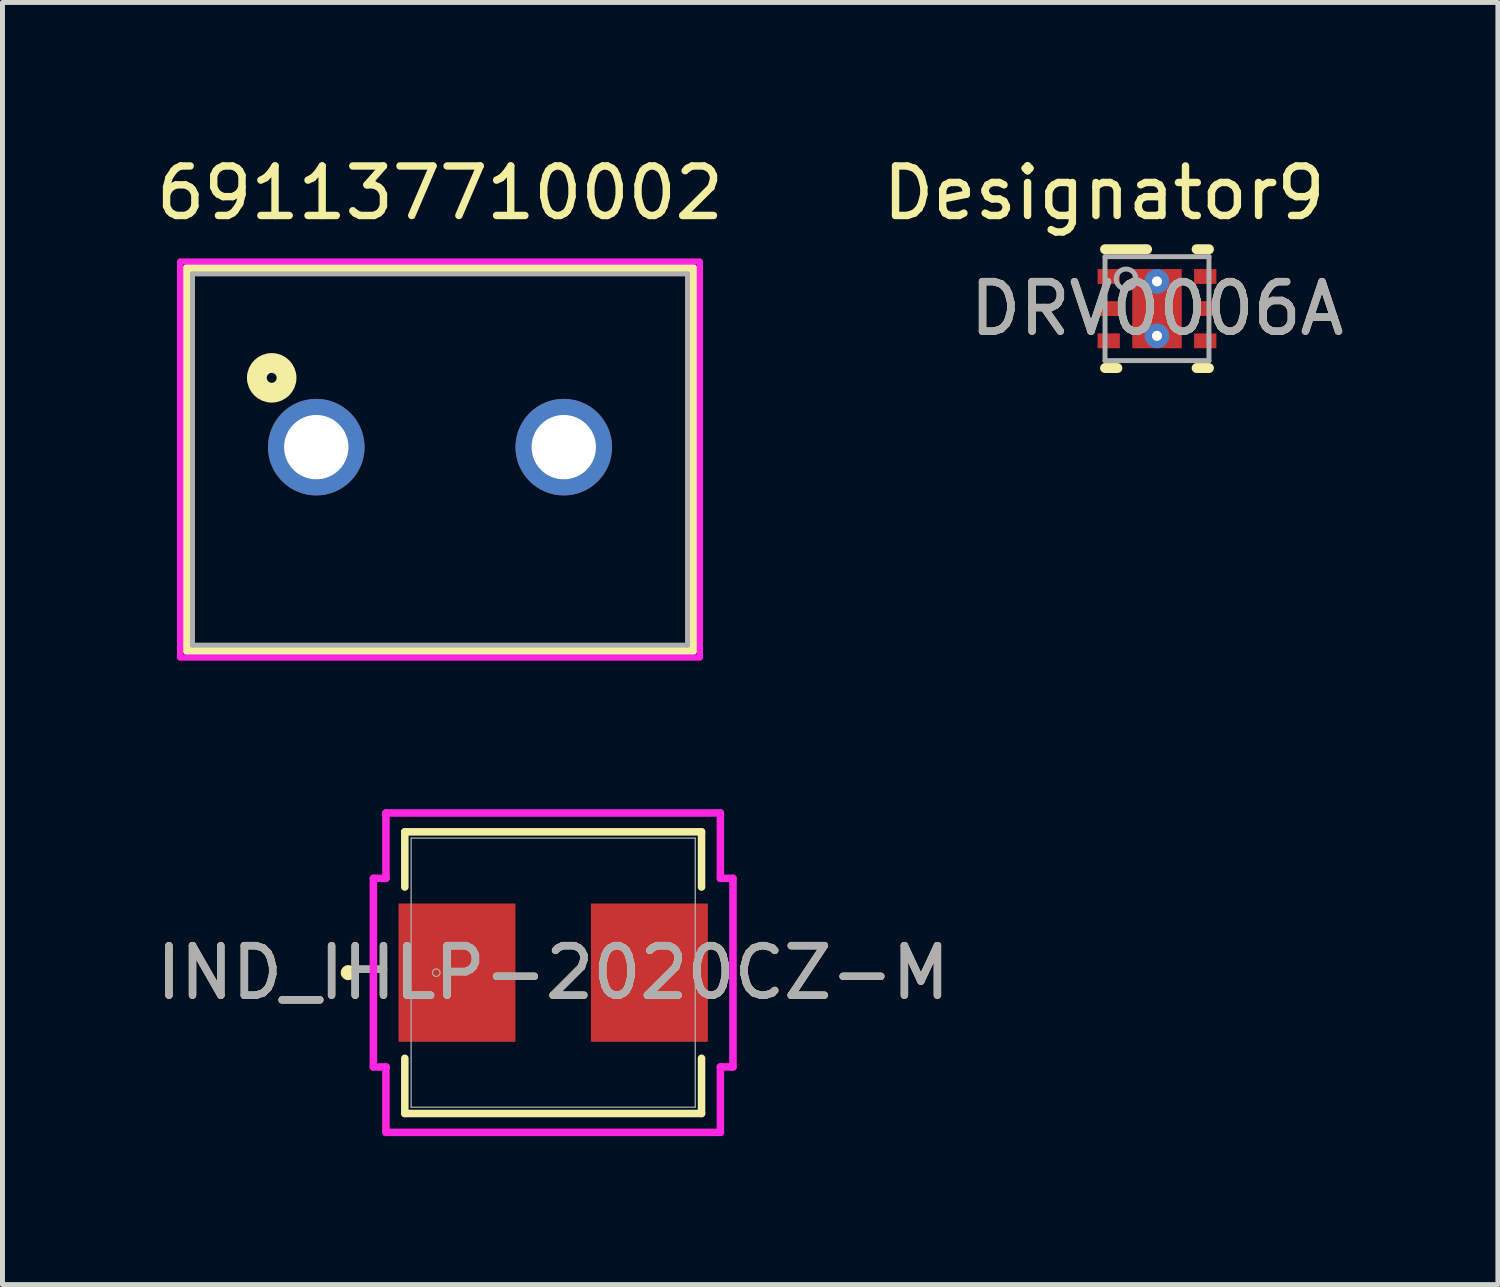
<source format=kicad_pcb>
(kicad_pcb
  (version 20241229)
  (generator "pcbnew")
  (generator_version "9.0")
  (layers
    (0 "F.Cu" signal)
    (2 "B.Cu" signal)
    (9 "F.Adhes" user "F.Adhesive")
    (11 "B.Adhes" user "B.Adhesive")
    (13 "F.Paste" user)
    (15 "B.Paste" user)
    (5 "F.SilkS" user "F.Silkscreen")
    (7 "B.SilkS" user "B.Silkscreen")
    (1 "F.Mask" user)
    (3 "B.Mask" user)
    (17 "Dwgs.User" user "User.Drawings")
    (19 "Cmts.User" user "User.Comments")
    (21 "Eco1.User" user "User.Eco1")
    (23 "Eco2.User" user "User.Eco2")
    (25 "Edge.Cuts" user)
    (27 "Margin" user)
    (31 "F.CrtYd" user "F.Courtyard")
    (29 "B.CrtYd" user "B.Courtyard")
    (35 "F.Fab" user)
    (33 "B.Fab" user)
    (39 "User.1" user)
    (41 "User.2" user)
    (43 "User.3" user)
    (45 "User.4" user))
  (footprint "DRV0006A"
    (layer "F.Cu")
    (at 20.323 3.185)
    (property "Reference" "DRV0006A" (at 0 0 0) (unlocked yes) (layer "F.SilkS") (effects (font (size 1 1) (thickness 0.15))))
    (attr smd)
    (fp_line (start -1.05 -1.2) (end -0.2 -1.2) (stroke (width 0.2) (type solid)) (layer "F.SilkS"))
    (fp_line (start -1.05 1.2) (end -0.8 1.2) (stroke (width 0.2) (type solid)) (layer "F.SilkS"))
    (fp_line (start 0.8 -1.2) (end 1.05 -1.2) (stroke (width 0.2) (type solid)) (layer "F.SilkS"))
    (fp_line (start 0.8 1.2) (end 1.05 1.2) (stroke (width 0.2) (type solid)) (layer "F.SilkS"))
    (fp_poly (pts (xy -0.5 -0.149) (xy -0.5 -0.751) (xy -0.499 -0.761) (xy -0.496 -0.77) (xy -0.492 -0.778) (xy -0.486 -0.786) (xy -0.478 -0.792) (xy -0.47 -0.796) (xy -0.461 -0.799) (xy -0.451 -0.8) (xy 0.451 -0.8) (xy 0.461 -0.799) (xy 0.47 -0.796) (xy 0.478 -0.792) (xy 0.486 -0.786) (xy 0.492 -0.778) (xy 0.496 -0.77) (xy 0.499 -0.761) (xy 0.5 -0.751) (xy 0.5 -0.149) (xy 0.499 -0.139) (xy 0.496 -0.13) (xy 0.492 -0.122) (xy 0.486 -0.114) (xy 0.478 -0.108) (xy 0.47 -0.104) (xy 0.461 -0.101) (xy 0.451 -0.1) (xy -0.451 -0.1) (xy -0.461 -0.101) (xy -0.47 -0.104) (xy -0.478 -0.108) (xy -0.486 -0.114) (xy -0.492 -0.122) (xy -0.496 -0.13) (xy -0.499 -0.139)) (stroke (width 0) (type solid)) (fill yes) (layer "F.Paste"))
    (fp_poly (pts (xy -0.5 0.751) (xy -0.5 0.149) (xy -0.499 0.139) (xy -0.496 0.13) (xy -0.492 0.122) (xy -0.486 0.114) (xy -0.478 0.108) (xy -0.47 0.104) (xy -0.461 0.101) (xy -0.451 0.1) (xy 0.451 0.1) (xy 0.461 0.101) (xy 0.47 0.104) (xy 0.478 0.108) (xy 0.486 0.114) (xy 0.492 0.122) (xy 0.496 0.13) (xy 0.499 0.139) (xy 0.5 0.149) (xy 0.5 0.751) (xy 0.499 0.761) (xy 0.496 0.77) (xy 0.492 0.778) (xy 0.486 0.786) (xy 0.478 0.792) (xy 0.47 0.796) (xy 0.461 0.799) (xy 0.451 0.8) (xy -0.451 0.8) (xy -0.461 0.799) (xy -0.47 0.796) (xy -0.478 0.792) (xy -0.486 0.786) (xy -0.492 0.778) (xy -0.496 0.77) (xy -0.499 0.761)) (stroke (width 0) (type solid)) (fill yes) (layer "F.Paste"))
    (fp_line (start -1.05 -1.05) (end 1.05 -1.05) (stroke (width 0.1) (type solid)) (layer "F.Fab"))
    (fp_line (start -1.05 1.05) (end -1.05 -1.05) (stroke (width 0.1) (type solid)) (layer "F.Fab"))
    (fp_line (start -1.05 1.05) (end 1.05 1.05) (stroke (width 0.1) (type solid)) (layer "F.Fab"))
    (fp_line (start 1.05 1.05) (end 1.05 -1.05) (stroke (width 0.1) (type solid)) (layer "F.Fab"))
    (fp_circle (center -0.625 -0.6) (end -0.425 -0.6) (stroke (width 0.1) (type solid)) (fill no) (layer "F.Fab"))
    (fp_text user "Designator9" (at -1.067 -2.337 0) (unlocked yes) (layer "F.SilkS") (effects (font (size 1 1) (thickness 0.15))))
    (fp_text user "${REFERENCE}" (at 0 0 0) (unlocked yes) (layer "F.Fab") (effects (font (size 1 1) (thickness 0.15))))
    (pad "1" smd rect (at -0.975 -0.65 90) (size 0.3 0.45) (layers "F.Cu" "F.Mask" "F.Paste"))
    (pad "2" smd rect (at -0.975 0 90) (size 0.3 0.45) (layers "F.Cu" "F.Mask" "F.Paste"))
    (pad "3" smd rect (at -0.975 0.65 90) (size 0.3 0.45) (layers "F.Cu" "F.Mask" "F.Paste"))
    (pad "4" smd rect (at 0.975 0.65 90) (size 0.3 0.45) (layers "F.Cu" "F.Mask" "F.Paste"))
    (pad "5" smd rect (at 0.975 0 90) (size 0.3 0.45) (layers "F.Cu" "F.Mask" "F.Paste"))
    (pad "6" smd rect (at 0.975 -0.65 90) (size 0.3 0.45) (layers "F.Cu" "F.Mask" "F.Paste"))
    (pad "7" smd rect (at 0 0) (size 1 1.6) (layers "F.Cu" "F.Mask" "F.Paste"))
    (pad "V" thru_hole circle (at 0 -0.55) (size 0.5 0.5) (drill 0.203) (layers "*.Cu" "*.Mask"))
    (pad "V" thru_hole circle (at 0 0.55) (size 0.5 0.5) (drill 0.203) (layers "*.Cu" "*.Mask")))
  (footprint "IND_IHLP-2020CZ-M"
    (layer "F.Cu")
    (at 8.125 16.599)
    (property "Reference" "IND_IHLP-2020CZ-M" (at 0 0 0) (unlocked yes) (layer "F.SilkS") (effects (font (size 1 1) (thickness 0.15))))
    (attr smd)
    (fp_line (start -2.997 -2.845) (end -2.997 -1.73) (stroke (width 0.152) (type solid)) (layer "F.SilkS"))
    (fp_line (start -2.997 1.73) (end -2.997 2.845) (stroke (width 0.152) (type solid)) (layer "F.SilkS"))
    (fp_line (start -2.997 2.845) (end 2.997 2.845) (stroke (width 0.152) (type solid)) (layer "F.SilkS"))
    (fp_line (start 2.997 -2.845) (end -2.997 -2.845) (stroke (width 0.152) (type solid)) (layer "F.SilkS"))
    (fp_line (start 2.997 -1.73) (end 2.997 -2.845) (stroke (width 0.152) (type solid)) (layer "F.SilkS"))
    (fp_line (start 2.997 2.845) (end 2.997 1.73) (stroke (width 0.152) (type solid)) (layer "F.SilkS"))
    (fp_circle (center -4.14 0) (end -4.064 0) (stroke (width 0.152) (type solid)) (fill no) (layer "F.SilkS"))
    (fp_line (start -3.632 -1.905) (end -3.378 -1.905) (stroke (width 0.152) (type solid)) (layer "F.CrtYd"))
    (fp_line (start -3.632 1.905) (end -3.632 -1.905) (stroke (width 0.152) (type solid)) (layer "F.CrtYd"))
    (fp_line (start -3.378 -3.226) (end 3.378 -3.226) (stroke (width 0.152) (type solid)) (layer "F.CrtYd"))
    (fp_line (start -3.378 -1.905) (end -3.378 -3.226) (stroke (width 0.152) (type solid)) (layer "F.CrtYd"))
    (fp_line (start -3.378 1.905) (end -3.632 1.905) (stroke (width 0.152) (type solid)) (layer "F.CrtYd"))
    (fp_line (start -3.378 3.226) (end -3.378 1.905) (stroke (width 0.152) (type solid)) (layer "F.CrtYd"))
    (fp_line (start 3.378 -3.226) (end 3.378 -1.905) (stroke (width 0.152) (type solid)) (layer "F.CrtYd"))
    (fp_line (start 3.378 -1.905) (end 3.632 -1.905) (stroke (width 0.152) (type solid)) (layer "F.CrtYd"))
    (fp_line (start 3.378 1.905) (end 3.378 3.226) (stroke (width 0.152) (type solid)) (layer "F.CrtYd"))
    (fp_line (start 3.378 3.226) (end -3.378 3.226) (stroke (width 0.152) (type solid)) (layer "F.CrtYd"))
    (fp_line (start 3.632 -1.905) (end 3.632 1.905) (stroke (width 0.152) (type solid)) (layer "F.CrtYd"))
    (fp_line (start 3.632 1.905) (end 3.378 1.905) (stroke (width 0.152) (type solid)) (layer "F.CrtYd"))
    (fp_line (start -2.87 -2.718) (end -2.87 2.718) (stroke (width 0.025) (type solid)) (layer "F.Fab"))
    (fp_line (start -2.87 2.718) (end 2.87 2.718) (stroke (width 0.025) (type solid)) (layer "F.Fab"))
    (fp_line (start 2.87 -2.718) (end -2.87 -2.718) (stroke (width 0.025) (type solid)) (layer "F.Fab"))
    (fp_line (start 2.87 2.718) (end 2.87 -2.718) (stroke (width 0.025) (type solid)) (layer "F.Fab"))
    (fp_circle (center -2.362 0) (end -2.286 0) (stroke (width 0.025) (type solid)) (fill no) (layer "F.Fab"))
    (fp_text user "${REFERENCE}" (at 0 0 0) (unlocked yes) (layer "F.Fab") (effects (font (size 1 1) (thickness 0.15))))
    (pad "1" smd rect (at -1.943 0 90) (size 2.794 2.362) (layers "F.Cu" "F.Mask" "F.Paste"))
    (pad "2" smd rect (at 1.943 0 90) (size 2.794 2.362) (layers "F.Cu" "F.Mask" "F.Paste"))
    (zone (net_name "") (layer "F.Cu") (hatch full 0.508) (connect_pads) (min_thickness 0.254) (filled_areas_thickness no) (keepout (tracks not_allowed) (vias not_allowed) (pads allowed) (copperpour not_allowed) (footprints allowed)) (placement (enabled no)) (fill) (polygon (pts (xy 5.306 13.932) (xy 10.944 13.932) (xy 10.944 15.151) (xy 5.306 15.151))))
    (zone (net_name "") (layer "F.Cu") (hatch full 0.508) (connect_pads) (min_thickness 0.254) (filled_areas_thickness no) (keepout (tracks not_allowed) (vias not_allowed) (pads allowed) (copperpour not_allowed) (footprints allowed)) (placement (enabled no)) (fill) (polygon (pts (xy 5.306 18.047) (xy 10.944 18.047) (xy 10.944 19.266) (xy 5.306 19.266))))
    (zone (net_name "") (layer "F.Cu") (hatch full 0.508) (connect_pads) (min_thickness 0.254) (filled_areas_thickness no) (keepout (tracks not_allowed) (vias not_allowed) (pads allowed) (copperpour not_allowed) (footprints allowed)) (placement (enabled no)) (fill) (polygon (pts (xy 7.414 15.151) (xy 8.836 15.151) (xy 8.836 18.047) (xy 7.414 18.047)))))
  (footprint "691137710002"
    (layer "F.Cu")
    (at 5.839 5.983)
    (property "Reference" "691137710002" (at 0 -5.135 0) (layer "F.SilkS") (effects (font (size 1 1) (thickness 0.15))))
    (attr through_hole)
    (fp_line (start -5.1 -3.6) (end 5.1 -3.6) (stroke (width 0.2) (type solid)) (layer "F.SilkS"))
    (fp_line (start -5.1 4.1) (end -5.1 -3.6) (stroke (width 0.2) (type solid)) (layer "F.SilkS"))
    (fp_line (start 5.1 -3.6) (end 5.1 4.1) (stroke (width 0.2) (type solid)) (layer "F.SilkS"))
    (fp_line (start 5.1 4.1) (end -5.1 4.1) (stroke (width 0.2) (type solid)) (layer "F.SilkS"))
    (fp_circle (center -3.4 -1.4) (end -3.3 -1.4) (stroke (width 0.4) (type solid)) (fill no) (layer "F.SilkS"))
    (fp_poly (pts (xy -5.25 -3.75) (xy 5.25 -3.75) (xy 5.25 4.25) (xy -5.25 4.25)) (stroke (width 0.127) (type solid)) (fill no) (layer "F.CrtYd"))
    (fp_line (start -5 -3.5) (end 5 -3.5) (stroke (width 0.1) (type solid)) (layer "F.Fab"))
    (fp_line (start -5 4) (end -5 -3.5) (stroke (width 0.1) (type solid)) (layer "F.Fab"))
    (fp_line (start 5 -3.5) (end 5 4) (stroke (width 0.1) (type solid)) (layer "F.Fab"))
    (fp_line (start 5 4) (end -5 4) (stroke (width 0.1) (type solid)) (layer "F.Fab"))
    (pad "1" thru_hole circle (at -2.5 0) (size 1.95 1.95) (drill 1.3) (layers "*.Cu" "*.Mask"))
    (pad "2" thru_hole circle (at 2.5 0) (size 1.95 1.95) (drill 1.3) (layers "*.Cu" "*.Mask")))
  (gr_rect
    (start -3 -3)
    (end 27.21 22.901)
    (stroke (width 0.1) (type default))
    (fill no)
    (layer "Edge.Cuts")))
</source>
